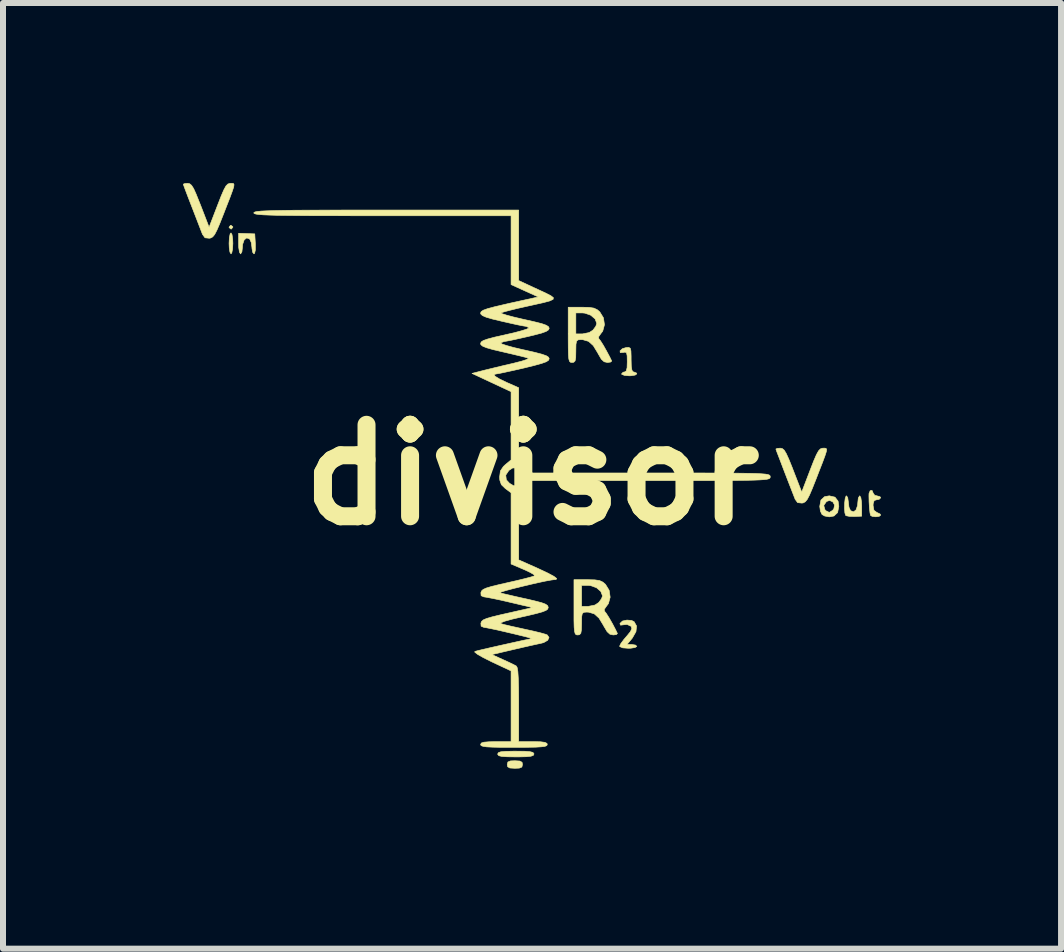
<source format=kicad_pcb>
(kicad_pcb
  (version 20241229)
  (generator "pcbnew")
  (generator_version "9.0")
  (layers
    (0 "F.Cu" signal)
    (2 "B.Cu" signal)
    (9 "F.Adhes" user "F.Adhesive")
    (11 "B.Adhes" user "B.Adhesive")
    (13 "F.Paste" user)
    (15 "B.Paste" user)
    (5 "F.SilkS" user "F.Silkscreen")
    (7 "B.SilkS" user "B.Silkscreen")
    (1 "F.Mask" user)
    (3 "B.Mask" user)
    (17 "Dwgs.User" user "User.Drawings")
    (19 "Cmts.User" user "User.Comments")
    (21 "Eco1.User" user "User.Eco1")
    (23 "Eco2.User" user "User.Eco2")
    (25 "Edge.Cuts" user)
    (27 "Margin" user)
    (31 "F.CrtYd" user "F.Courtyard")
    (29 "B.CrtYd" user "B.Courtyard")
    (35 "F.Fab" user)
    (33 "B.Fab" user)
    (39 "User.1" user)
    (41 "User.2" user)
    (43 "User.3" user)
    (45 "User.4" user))
  (footprint "divisor"
    (layer "F.Cu")
    (at 5.815 4.863)
    (property "Reference" "divisor" (at 0 0 0) (layer "F.SilkS") (effects (font (size 1.524 1.524) (thickness 0.3))))
    (attr through_hole)
    (fp_poly (pts (xy -4.986 -4.135) (xy -4.985 -4.128) (xy -5.009 -4.097) (xy -5.016 -4.096) (xy -5.047 -4.12) (xy -5.048 -4.128) (xy -5.024 -4.158) (xy -5.016 -4.159) (xy -4.986 -4.135)) (stroke (width 0.01) (type solid)) (fill yes) (layer "F.SilkS"))
    (fp_poly (pts (xy -4.999 -4.004) (xy -4.988 -3.929) (xy -4.985 -3.858) (xy -4.99 -3.762) (xy -5.003 -3.699) (xy -5.016 -3.683) (xy -5.034 -3.712) (xy -5.045 -3.786) (xy -5.048 -3.858) (xy -5.043 -3.953) (xy -5.03 -4.017) (xy -5.016 -4.032) (xy -4.999 -4.004)) (stroke (width 0.01) (type solid)) (fill yes) (layer "F.SilkS"))
    (fp_poly (pts (xy -0.203 4.768) (xy -0.166 4.789) (xy -0.159 4.826) (xy -0.169 4.868) (xy -0.212 4.886) (xy -0.286 4.889) (xy -0.369 4.884) (xy -0.406 4.863) (xy -0.413 4.826) (xy -0.402 4.784) (xy -0.359 4.766) (xy -0.286 4.763) (xy -0.203 4.768)) (stroke (width 0.01) (type solid)) (fill yes) (layer "F.SilkS"))
    (fp_poly (pts (xy -0.126 4.605) (xy -0.035 4.612) (xy 0.014 4.624) (xy 0.031 4.644) (xy 0.032 4.651) (xy 0.021 4.674) (xy -0.019 4.688) (xy -0.097 4.696) (xy -0.226 4.699) (xy -0.27 4.699) (xy -0.414 4.697) (xy -0.505 4.691) (xy -0.553 4.679) (xy -0.571 4.658) (xy -0.572 4.651) (xy -0.561 4.629) (xy -0.521 4.614) (xy -0.442 4.607) (xy -0.314 4.604) (xy -0.27 4.604) (xy -0.126 4.605)) (stroke (width 0.01) (type solid)) (fill yes) (layer "F.SilkS"))
    (fp_poly (pts (xy -4.755 -4.021) (xy -4.62 -4.016) (xy -4.61 -3.85) (xy -4.61 -3.747) (xy -4.623 -3.691) (xy -4.634 -3.683) (xy -4.656 -3.711) (xy -4.667 -3.779) (xy -4.667 -3.788) (xy -4.678 -3.872) (xy -4.704 -3.929) (xy -4.705 -3.93) (xy -4.754 -3.949) (xy -4.796 -3.916) (xy -4.822 -3.842) (xy -4.826 -3.79) (xy -4.834 -3.718) (xy -4.854 -3.684) (xy -4.858 -3.683) (xy -4.875 -3.712) (xy -4.887 -3.786) (xy -4.889 -3.854) (xy -4.889 -4.026) (xy -4.755 -4.021)) (stroke (width 0.01) (type solid)) (fill yes) (layer "F.SilkS"))
    (fp_poly (pts (xy 5.048 0.371) (xy 5.1 0.438) (xy 5.112 0.524) (xy 5.092 0.628) (xy 5.031 0.685) (xy 4.953 0.699) (xy 4.876 0.685) (xy 4.832 0.66) (xy 4.805 0.603) (xy 4.794 0.524) (xy 4.797 0.509) (xy 4.861 0.509) (xy 4.879 0.577) (xy 4.896 0.597) (xy 4.953 0.625) (xy 5.009 0.591) (xy 5.03 0.562) (xy 5.041 0.501) (xy 5.011 0.449) (xy 4.958 0.426) (xy 4.907 0.443) (xy 4.861 0.509) (xy 4.797 0.509) (xy 4.814 0.419) (xy 4.875 0.363) (xy 4.953 0.349) (xy 5.048 0.371)) (stroke (width 0.01) (type solid)) (fill yes) (layer "F.SilkS"))
    (fp_poly (pts (xy 5.479 0.378) (xy 5.49 0.452) (xy 5.493 0.519) (xy 5.493 0.688) (xy 5.371 0.693) (xy 5.287 0.691) (xy 5.233 0.68) (xy 5.228 0.677) (xy 5.213 0.634) (xy 5.207 0.557) (xy 5.209 0.469) (xy 5.218 0.393) (xy 5.233 0.352) (xy 5.239 0.349) (xy 5.26 0.377) (xy 5.27 0.445) (xy 5.271 0.454) (xy 5.281 0.538) (xy 5.307 0.595) (xy 5.308 0.596) (xy 5.357 0.616) (xy 5.399 0.583) (xy 5.425 0.508) (xy 5.429 0.456) (xy 5.437 0.385) (xy 5.458 0.35) (xy 5.461 0.349) (xy 5.479 0.378)) (stroke (width 0.01) (type solid)) (fill yes) (layer "F.SilkS"))
    (fp_poly (pts (xy 5.683 0.3) (xy 5.683 0.302) (xy 5.71 0.34) (xy 5.747 0.349) (xy 5.798 0.363) (xy 5.81 0.381) (xy 5.784 0.407) (xy 5.747 0.413) (xy 5.701 0.427) (xy 5.684 0.481) (xy 5.683 0.511) (xy 5.697 0.59) (xy 5.744 0.625) (xy 5.747 0.626) (xy 5.798 0.651) (xy 5.81 0.67) (xy 5.784 0.691) (xy 5.727 0.698) (xy 5.668 0.691) (xy 5.641 0.675) (xy 5.631 0.63) (xy 5.622 0.546) (xy 5.616 0.445) (xy 5.614 0.351) (xy 5.615 0.31) (xy 5.635 0.263) (xy 5.666 0.259) (xy 5.683 0.3)) (stroke (width 0.01) (type solid)) (fill yes) (layer "F.SilkS"))
    (fp_poly (pts (xy 1.637 -2.11) (xy 1.648 -2.065) (xy 1.651 -1.976) (xy 1.651 -1.923) (xy 1.654 -1.807) (xy 1.665 -1.742) (xy 1.687 -1.716) (xy 1.699 -1.714) (xy 1.741 -1.697) (xy 1.746 -1.683) (xy 1.718 -1.663) (xy 1.648 -1.652) (xy 1.619 -1.651) (xy 1.54 -1.658) (xy 1.495 -1.676) (xy 1.492 -1.683) (xy 1.518 -1.711) (xy 1.54 -1.714) (xy 1.569 -1.73) (xy 1.584 -1.786) (xy 1.587 -1.886) (xy 1.585 -1.984) (xy 1.575 -2.033) (xy 1.551 -2.046) (xy 1.52 -2.04) (xy 1.47 -2.037) (xy 1.467 -2.067) (xy 1.506 -2.103) (xy 1.566 -2.121) (xy 1.612 -2.124) (xy 1.637 -2.11)) (stroke (width 0.01) (type solid)) (fill yes) (layer "F.SilkS"))
    (fp_poly (pts (xy 1.66 2.426) (xy 1.701 2.446) (xy 1.742 2.518) (xy 1.732 2.612) (xy 1.673 2.716) (xy 1.664 2.728) (xy 1.582 2.826) (xy 1.664 2.826) (xy 1.725 2.836) (xy 1.746 2.857) (xy 1.718 2.876) (xy 1.646 2.888) (xy 1.603 2.889) (xy 1.512 2.882) (xy 1.464 2.862) (xy 1.46 2.853) (xy 1.48 2.811) (xy 1.531 2.742) (xy 1.574 2.692) (xy 1.639 2.613) (xy 1.663 2.562) (xy 1.652 2.525) (xy 1.649 2.522) (xy 1.585 2.492) (xy 1.532 2.497) (xy 1.475 2.504) (xy 1.465 2.479) (xy 1.467 2.473) (xy 1.508 2.435) (xy 1.582 2.419) (xy 1.66 2.426)) (stroke (width 0.01) (type solid)) (fill yes) (layer "F.SilkS"))
    (fp_poly (pts (xy -4.974 -4.854) (xy -4.966 -4.837) (xy -4.971 -4.798) (xy -4.993 -4.731) (xy -5.032 -4.625) (xy -5.091 -4.474) (xy -5.139 -4.35) (xy -5.203 -4.188) (xy -5.251 -4.077) (xy -5.288 -4.006) (xy -5.321 -3.966) (xy -5.353 -3.948) (xy -5.377 -3.943) (xy -5.449 -3.951) (xy -5.489 -4.006) (xy -5.49 -4.006) (xy -5.59 -4.265) (xy -5.669 -4.469) (xy -5.729 -4.624) (xy -5.771 -4.734) (xy -5.797 -4.804) (xy -5.809 -4.839) (xy -5.81 -4.845) (xy -5.783 -4.855) (xy -5.737 -4.858) (xy -5.704 -4.851) (xy -5.673 -4.825) (xy -5.638 -4.77) (xy -5.596 -4.676) (xy -5.539 -4.534) (xy -5.522 -4.492) (xy -5.381 -4.126) (xy -5.24 -4.492) (xy -5.18 -4.646) (xy -5.135 -4.75) (xy -5.1 -4.814) (xy -5.069 -4.846) (xy -5.037 -4.857) (xy -5.024 -4.858) (xy -4.994 -4.858) (xy -4.974 -4.854)) (stroke (width 0.01) (type solid)) (fill yes) (layer "F.SilkS"))
    (fp_poly (pts (xy 4.9 -0.441) (xy 4.909 -0.423) (xy 4.903 -0.385) (xy 4.881 -0.317) (xy 4.842 -0.212) (xy 4.783 -0.061) (xy 4.735 0.064) (xy 4.671 0.225) (xy 4.623 0.337) (xy 4.586 0.408) (xy 4.554 0.447) (xy 4.521 0.466) (xy 4.497 0.47) (xy 4.425 0.462) (xy 4.385 0.407) (xy 4.385 0.407) (xy 4.284 0.148) (xy 4.205 -0.056) (xy 4.146 -0.211) (xy 4.104 -0.321) (xy 4.077 -0.391) (xy 4.065 -0.426) (xy 4.064 -0.432) (xy 4.091 -0.442) (xy 4.137 -0.445) (xy 4.171 -0.438) (xy 4.202 -0.412) (xy 4.236 -0.356) (xy 4.279 -0.262) (xy 4.336 -0.121) (xy 4.352 -0.079) (xy 4.494 0.287) (xy 4.634 -0.079) (xy 4.694 -0.233) (xy 4.739 -0.337) (xy 4.774 -0.4) (xy 4.805 -0.433) (xy 4.837 -0.444) (xy 4.85 -0.445) (xy 4.88 -0.445) (xy 4.9 -0.441)) (stroke (width 0.01) (type solid)) (fill yes) (layer "F.SilkS"))
    (fp_poly (pts (xy 0.951 -2.791) (xy 1.03 -2.779) (xy 1.086 -2.753) (xy 1.129 -2.716) (xy 1.19 -2.617) (xy 1.207 -2.502) (xy 1.178 -2.395) (xy 1.144 -2.351) (xy 1.108 -2.299) (xy 1.113 -2.269) (xy 1.141 -2.234) (xy 1.188 -2.16) (xy 1.242 -2.064) (xy 1.295 -1.965) (xy 1.328 -1.897) (xy 1.309 -1.88) (xy 1.257 -1.873) (xy 1.202 -1.885) (xy 1.155 -1.928) (xy 1.103 -2.017) (xy 1.096 -2.031) (xy 1.021 -2.154) (xy 0.942 -2.225) (xy 0.846 -2.253) (xy 0.812 -2.254) (xy 0.767 -2.25) (xy 0.742 -2.229) (xy 0.732 -2.175) (xy 0.73 -2.074) (xy 0.73 -2.064) (xy 0.728 -1.957) (xy 0.718 -1.9) (xy 0.695 -1.877) (xy 0.667 -1.873) (xy 0.642 -1.876) (xy 0.625 -1.892) (xy 0.613 -1.931) (xy 0.607 -2.001) (xy 0.604 -2.113) (xy 0.603 -2.276) (xy 0.603 -2.334) (xy 0.603 -2.699) (xy 0.73 -2.699) (xy 0.73 -2.349) (xy 0.841 -2.349) (xy 0.954 -2.372) (xy 1.016 -2.413) (xy 1.063 -2.476) (xy 1.079 -2.524) (xy 1.051 -2.599) (xy 0.978 -2.661) (xy 0.881 -2.695) (xy 0.841 -2.699) (xy 0.73 -2.699) (xy 0.603 -2.699) (xy 0.603 -2.794) (xy 0.827 -2.794) (xy 0.951 -2.791)) (stroke (width 0.01) (type solid)) (fill yes) (layer "F.SilkS"))
    (fp_poly (pts (xy 1.046 1.749) (xy 1.126 1.761) (xy 1.181 1.787) (xy 1.224 1.824) (xy 1.285 1.923) (xy 1.302 2.038) (xy 1.273 2.145) (xy 1.239 2.19) (xy 1.203 2.241) (xy 1.208 2.271) (xy 1.236 2.306) (xy 1.283 2.38) (xy 1.338 2.476) (xy 1.39 2.575) (xy 1.423 2.643) (xy 1.405 2.661) (xy 1.353 2.667) (xy 1.298 2.655) (xy 1.251 2.612) (xy 1.198 2.523) (xy 1.191 2.509) (xy 1.116 2.386) (xy 1.037 2.315) (xy 0.941 2.287) (xy 0.907 2.286) (xy 0.862 2.29) (xy 0.837 2.311) (xy 0.827 2.365) (xy 0.826 2.466) (xy 0.826 2.477) (xy 0.823 2.583) (xy 0.813 2.64) (xy 0.79 2.663) (xy 0.762 2.667) (xy 0.737 2.664) (xy 0.72 2.648) (xy 0.709 2.609) (xy 0.702 2.539) (xy 0.699 2.427) (xy 0.699 2.264) (xy 0.699 2.207) (xy 0.699 1.841) (xy 0.826 1.841) (xy 0.826 2.191) (xy 0.937 2.191) (xy 1.05 2.168) (xy 1.111 2.127) (xy 1.158 2.064) (xy 1.175 2.016) (xy 1.146 1.942) (xy 1.074 1.88) (xy 0.976 1.845) (xy 0.937 1.841) (xy 0.826 1.841) (xy 0.699 1.841) (xy 0.699 1.746) (xy 0.922 1.746) (xy 1.046 1.749)) (stroke (width 0.01) (type solid)) (fill yes) (layer "F.SilkS"))
    (fp_poly (pts (xy -0.222 -3.238) (xy 0.099 -3.089) (xy 0.227 -3.03) (xy 0.313 -2.986) (xy 0.356 -2.953) (xy 0.351 -2.925) (xy 0.296 -2.899) (xy 0.188 -2.87) (xy 0.022 -2.833) (xy -0.095 -2.807) (xy -0.247 -2.773) (xy -0.376 -2.741) (xy -0.469 -2.716) (xy -0.515 -2.7) (xy -0.516 -2.699) (xy -0.497 -2.685) (xy -0.425 -2.662) (xy -0.312 -2.632) (xy -0.169 -2.598) (xy -0.128 -2.589) (xy 0.044 -2.55) (xy 0.163 -2.52) (xy 0.236 -2.494) (xy 0.274 -2.47) (xy 0.286 -2.445) (xy 0.286 -2.443) (xy 0.274 -2.416) (xy 0.234 -2.39) (xy 0.156 -2.362) (xy 0.03 -2.329) (xy -0.071 -2.305) (xy -0.216 -2.272) (xy -0.34 -2.245) (xy -0.428 -2.228) (xy -0.466 -2.222) (xy -0.514 -2.204) (xy -0.521 -2.196) (xy -0.498 -2.18) (xy -0.423 -2.155) (xy -0.308 -2.123) (xy -0.164 -2.089) (xy -0.126 -2.081) (xy 0.046 -2.042) (xy 0.164 -2.011) (xy 0.238 -1.985) (xy 0.275 -1.961) (xy 0.286 -1.936) (xy 0.286 -1.936) (xy 0.275 -1.91) (xy 0.237 -1.885) (xy 0.162 -1.858) (xy 0.043 -1.825) (xy -0.13 -1.782) (xy -0.135 -1.781) (xy -0.292 -1.745) (xy -0.429 -1.715) (xy -0.532 -1.693) (xy -0.59 -1.683) (xy -0.595 -1.682) (xy -0.635 -1.673) (xy -0.616 -1.644) (xy -0.543 -1.599) (xy -0.428 -1.543) (xy -0.222 -1.452) (xy -0.222 -0.856) (xy -0.222 -0.26) (xy -0.108 -0.146) (xy 0.006 -0.032) (xy 1.988 -0.032) (xy 2.391 -0.032) (xy 2.736 -0.032) (xy 3.026 -0.031) (xy 3.267 -0.03) (xy 3.463 -0.028) (xy 3.618 -0.026) (xy 3.738 -0.023) (xy 3.827 -0.018) (xy 3.889 -0.013) (xy 3.93 -0.006) (xy 3.954 0.003) (xy 3.965 0.013) (xy 3.969 0.025) (xy 3.969 0.032) (xy 3.968 0.045) (xy 3.961 0.056) (xy 3.945 0.065) (xy 3.914 0.073) (xy 3.864 0.079) (xy 3.789 0.084) (xy 3.687 0.088) (xy 3.551 0.091) (xy 3.378 0.093) (xy 3.162 0.094) (xy 2.899 0.095) (xy 2.584 0.095) (xy 2.213 0.095) (xy 1.983 0.095) (xy -0.002 0.095) (xy -0.112 0.205) (xy -0.222 0.315) (xy -0.222 1.416) (xy 0.095 1.557) (xy 0.259 1.634) (xy 0.364 1.69) (xy 0.411 1.727) (xy 0.4 1.744) (xy 0.373 1.745) (xy 0.32 1.752) (xy 0.226 1.769) (xy 0.103 1.795) (xy -0.036 1.827) (xy -0.178 1.861) (xy -0.312 1.894) (xy -0.424 1.924) (xy -0.504 1.948) (xy -0.537 1.962) (xy -0.536 1.964) (xy -0.489 1.977) (xy -0.394 1.999) (xy -0.265 2.029) (xy -0.114 2.063) (xy -0.111 2.063) (xy 0.051 2.101) (xy 0.161 2.13) (xy 0.227 2.155) (xy 0.26 2.179) (xy 0.27 2.206) (xy 0.27 2.208) (xy 0.262 2.235) (xy 0.233 2.258) (xy 0.172 2.282) (xy 0.072 2.31) (xy -0.078 2.346) (xy -0.155 2.363) (xy -0.332 2.404) (xy -0.454 2.438) (xy -0.517 2.463) (xy -0.52 2.478) (xy -0.52 2.478) (xy -0.465 2.494) (xy -0.364 2.518) (xy -0.232 2.547) (xy -0.124 2.571) (xy 0.018 2.602) (xy 0.138 2.631) (xy 0.223 2.655) (xy 0.254 2.667) (xy 0.283 2.709) (xy 0.261 2.756) (xy 0.195 2.794) (xy 0.154 2.805) (xy 0.08 2.821) (xy -0.038 2.847) (xy -0.183 2.88) (xy -0.311 2.91) (xy -0.67 2.994) (xy -0.486 3.077) (xy -0.383 3.124) (xy -0.301 3.164) (xy -0.262 3.185) (xy -0.247 3.212) (xy -0.236 3.278) (xy -0.229 3.386) (xy -0.224 3.545) (xy -0.222 3.759) (xy -0.222 3.828) (xy -0.222 4.445) (xy 0.016 4.445) (xy 0.141 4.447) (xy 0.215 4.457) (xy 0.249 4.474) (xy 0.254 4.493) (xy 0.246 4.51) (xy 0.216 4.523) (xy 0.156 4.531) (xy 0.058 4.537) (xy -0.086 4.539) (xy -0.286 4.54) (xy -0.302 4.54) (xy -0.505 4.54) (xy -0.653 4.537) (xy -0.754 4.532) (xy -0.816 4.523) (xy -0.848 4.511) (xy -0.857 4.494) (xy -0.857 4.493) (xy -0.845 4.468) (xy -0.802 4.454) (xy -0.716 4.447) (xy -0.603 4.445) (xy -0.349 4.445) (xy -0.349 3.266) (xy -0.675 3.113) (xy -0.811 3.045) (xy -0.906 2.991) (xy -0.953 2.955) (xy -0.953 2.942) (xy -0.909 2.93) (xy -0.818 2.908) (xy -0.693 2.879) (xy -0.547 2.846) (xy -0.395 2.812) (xy -0.251 2.78) (xy -0.128 2.753) (xy -0.041 2.735) (xy -0.005 2.728) (xy -0.021 2.72) (xy -0.086 2.702) (xy -0.186 2.677) (xy -0.31 2.647) (xy -0.442 2.616) (xy -0.571 2.586) (xy -0.684 2.562) (xy -0.766 2.546) (xy -0.804 2.54) (xy -0.848 2.521) (xy -0.852 2.471) (xy -0.841 2.442) (xy -0.813 2.417) (xy -0.758 2.393) (xy -0.666 2.366) (xy -0.527 2.332) (xy -0.416 2.307) (xy 0.008 2.211) (xy -0.369 2.122) (xy -0.52 2.087) (xy -0.653 2.059) (xy -0.752 2.04) (xy -0.804 2.032) (xy -0.848 2.013) (xy -0.852 1.963) (xy -0.841 1.934) (xy -0.814 1.909) (xy -0.761 1.885) (xy -0.671 1.858) (xy -0.535 1.825) (xy -0.407 1.796) (xy -0.249 1.76) (xy -0.114 1.727) (xy -0.013 1.7) (xy 0.04 1.683) (xy 0.046 1.68) (xy 0.028 1.659) (xy -0.035 1.623) (xy -0.131 1.578) (xy -0.143 1.573) (xy -0.349 1.485) (xy -0.349 0.298) (xy -0.445 0.227) (xy -0.511 0.163) (xy -0.537 0.087) (xy -0.54 0.034) (xy -0.536 0.004) (xy -0.438 0.004) (xy -0.428 0.083) (xy -0.374 0.141) (xy -0.304 0.182) (xy -0.254 0.18) (xy -0.195 0.131) (xy -0.191 0.127) (xy -0.139 0.067) (xy -0.134 0.017) (xy -0.173 -0.051) (xy -0.176 -0.056) (xy -0.246 -0.117) (xy -0.324 -0.115) (xy -0.386 -0.074) (xy -0.438 0.004) (xy -0.536 0.004) (xy -0.527 -0.066) (xy -0.477 -0.14) (xy -0.445 -0.17) (xy -0.349 -0.25) (xy -0.349 -1.387) (xy -0.675 -1.539) (xy -1 -1.691) (xy -0.778 -1.748) (xy -0.634 -1.783) (xy -0.464 -1.824) (xy -0.3 -1.862) (xy -0.286 -1.866) (xy -0.172 -1.895) (xy -0.093 -1.921) (xy -0.06 -1.94) (xy -0.064 -1.946) (xy -0.112 -1.96) (xy -0.208 -1.984) (xy -0.338 -2.015) (xy -0.484 -2.049) (xy -0.647 -2.087) (xy -0.756 -2.118) (xy -0.821 -2.144) (xy -0.852 -2.169) (xy -0.857 -2.189) (xy -0.847 -2.215) (xy -0.811 -2.239) (xy -0.739 -2.264) (xy -0.623 -2.295) (xy -0.453 -2.333) (xy -0.446 -2.335) (xy -0.296 -2.369) (xy -0.173 -2.402) (xy -0.088 -2.429) (xy -0.051 -2.447) (xy -0.051 -2.45) (xy -0.094 -2.475) (xy -0.105 -2.476) (xy -0.15 -2.483) (xy -0.242 -2.501) (xy -0.368 -2.529) (xy -0.5 -2.559) (xy -0.659 -2.597) (xy -0.765 -2.628) (xy -0.827 -2.655) (xy -0.854 -2.681) (xy -0.857 -2.697) (xy -0.847 -2.721) (xy -0.812 -2.744) (xy -0.743 -2.769) (xy -0.632 -2.799) (xy -0.471 -2.837) (xy -0.376 -2.859) (xy 0.105 -2.965) (xy -0.122 -3.068) (xy -0.349 -3.171) (xy -0.349 -4.318) (xy -2.492 -4.318) (xy -2.917 -4.318) (xy -3.283 -4.319) (xy -3.594 -4.319) (xy -3.855 -4.321) (xy -4.069 -4.323) (xy -4.241 -4.325) (xy -4.376 -4.329) (xy -4.477 -4.333) (xy -4.549 -4.339) (xy -4.597 -4.345) (xy -4.624 -4.353) (xy -4.635 -4.362) (xy -4.636 -4.366) (xy -4.63 -4.375) (xy -4.61 -4.383) (xy -4.571 -4.39) (xy -4.509 -4.396) (xy -4.421 -4.4) (xy -4.301 -4.404) (xy -4.145 -4.407) (xy -3.95 -4.41) (xy -3.71 -4.411) (xy -3.423 -4.412) (xy -3.082 -4.413) (xy -2.685 -4.413) (xy -2.429 -4.413) (xy -0.222 -4.413) (xy -0.222 -3.238)) (stroke (width 0.01) (type solid)) (fill yes) (layer "F.SilkS")))
  (gr_rect
    (start -3 -3)
    (end 14.63 12.758)
    (stroke (width 0.1) (type default))
    (fill no)
    (layer "Edge.Cuts")))
</source>
